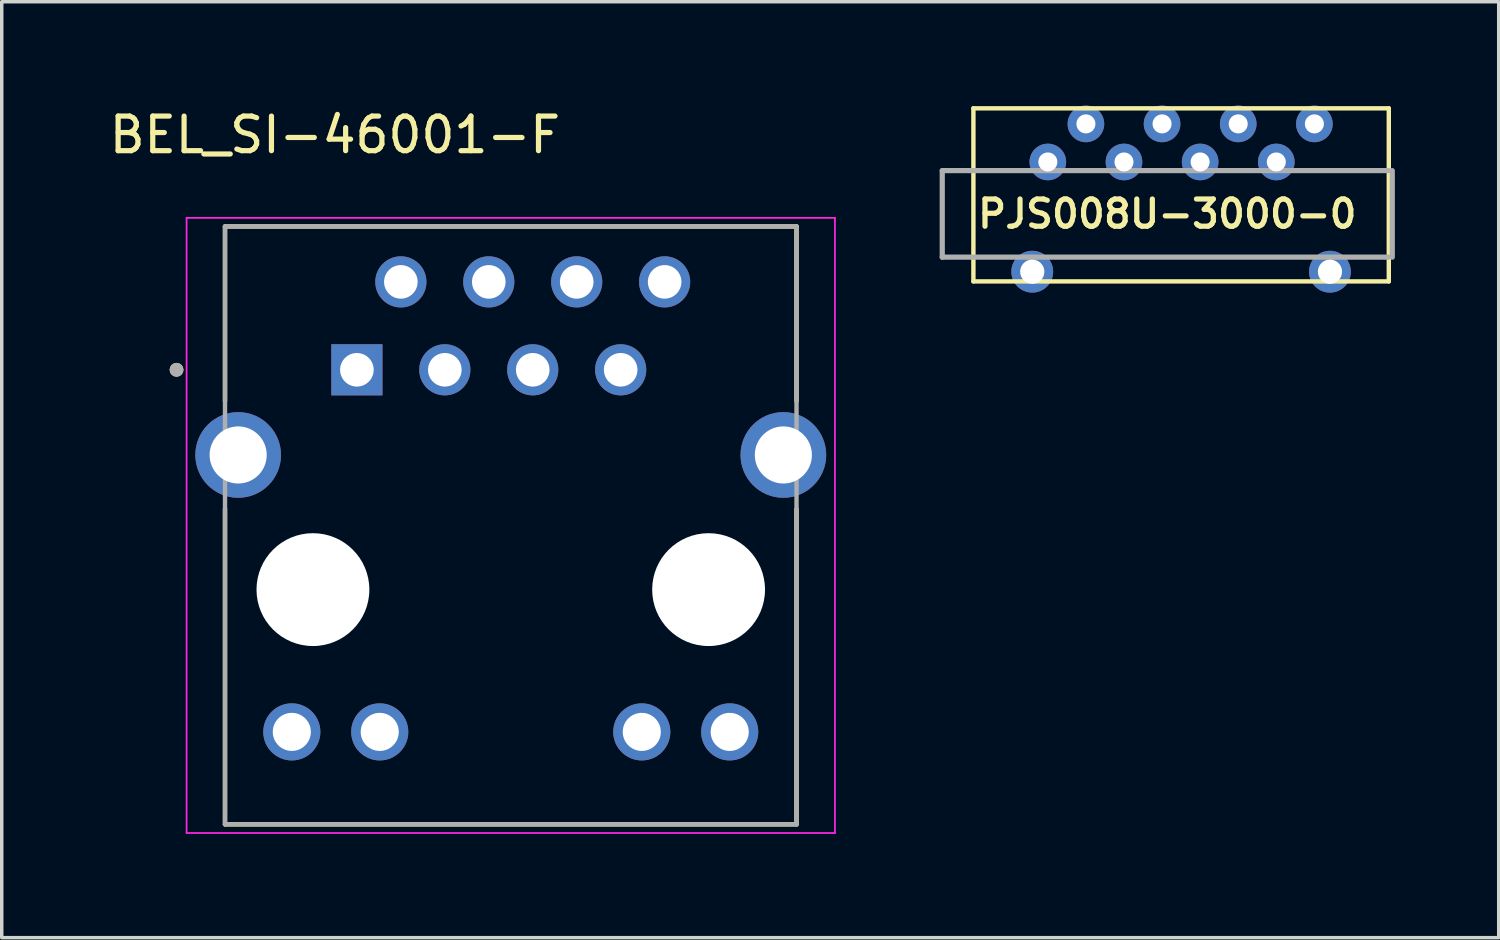
<source format=kicad_pcb>
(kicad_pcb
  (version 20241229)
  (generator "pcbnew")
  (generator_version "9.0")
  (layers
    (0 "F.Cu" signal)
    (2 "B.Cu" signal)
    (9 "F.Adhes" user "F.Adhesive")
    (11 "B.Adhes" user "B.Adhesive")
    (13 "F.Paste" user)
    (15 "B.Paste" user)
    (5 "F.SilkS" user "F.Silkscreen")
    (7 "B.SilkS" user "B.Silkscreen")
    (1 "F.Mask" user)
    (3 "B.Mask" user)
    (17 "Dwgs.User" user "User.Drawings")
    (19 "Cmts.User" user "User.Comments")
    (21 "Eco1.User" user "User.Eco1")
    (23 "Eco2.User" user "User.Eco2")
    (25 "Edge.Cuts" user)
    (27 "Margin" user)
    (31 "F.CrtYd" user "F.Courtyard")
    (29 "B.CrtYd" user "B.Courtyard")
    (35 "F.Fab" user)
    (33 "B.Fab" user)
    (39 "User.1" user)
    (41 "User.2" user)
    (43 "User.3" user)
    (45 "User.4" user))
  (footprint "BEL_SI-46001-F"
    (layer "F.Cu")
    (at 11.705 13.983)
    (property "Reference" "BEL_SI-46001-F" (at -5.08 -13.135 0) (layer "F.SilkS") (effects (font (size 1 1) (thickness 0.15))))
    (attr through_hole)
    (fp_line (start -8.255 -10.49) (end -8.255 -5.45) (stroke (width 0.127) (type solid)) (layer "F.SilkS"))
    (fp_line (start -8.255 -2.33) (end -8.255 6.78) (stroke (width 0.127) (type solid)) (layer "F.SilkS"))
    (fp_line (start -8.255 6.78) (end 8.255 6.78) (stroke (width 0.127) (type solid)) (layer "F.SilkS"))
    (fp_line (start 8.255 -10.49) (end -8.255 -10.49) (stroke (width 0.127) (type solid)) (layer "F.SilkS"))
    (fp_line (start 8.255 -5.45) (end 8.255 -10.49) (stroke (width 0.127) (type solid)) (layer "F.SilkS"))
    (fp_line (start 8.255 6.78) (end 8.255 -2.33) (stroke (width 0.127) (type solid)) (layer "F.SilkS"))
    (fp_circle (center -9.655 -6.35) (end -9.555 -6.35) (stroke (width 0.2) (type solid)) (fill no) (layer "F.SilkS"))
    (fp_line (start -9.365 -10.74) (end -9.365 7.03) (stroke (width 0.05) (type solid)) (layer "F.CrtYd"))
    (fp_line (start -9.365 7.03) (end 9.365 7.03) (stroke (width 0.05) (type solid)) (layer "F.CrtYd"))
    (fp_line (start 9.365 -10.74) (end -9.365 -10.74) (stroke (width 0.05) (type solid)) (layer "F.CrtYd"))
    (fp_line (start 9.365 7.03) (end 9.365 -10.74) (stroke (width 0.05) (type solid)) (layer "F.CrtYd"))
    (fp_line (start -8.255 -10.49) (end -8.255 6.78) (stroke (width 0.127) (type solid)) (layer "F.Fab"))
    (fp_line (start -8.255 6.78) (end 8.255 6.78) (stroke (width 0.127) (type solid)) (layer "F.Fab"))
    (fp_line (start 8.255 -10.49) (end -8.255 -10.49) (stroke (width 0.127) (type solid)) (layer "F.Fab"))
    (fp_line (start 8.255 6.78) (end 8.255 -10.49) (stroke (width 0.127) (type solid)) (layer "F.Fab"))
    (fp_circle (center -9.655 -6.35) (end -9.555 -6.35) (stroke (width 0.2) (type solid)) (fill no) (layer "F.Fab"))
    (pad "" np_thru_hole circle (at -5.715 0) (size 3.26 3.26) (drill 3.26) (layers "*.Cu" "*.Mask"))
    (pad "" np_thru_hole circle (at 5.715 0) (size 3.26 3.26) (drill 3.26) (layers "*.Cu" "*.Mask"))
    (pad "1" thru_hole rect (at -4.445 -6.35) (size 1.478 1.478) (drill 0.97) (layers "*.Cu" "*.Mask"))
    (pad "2" thru_hole circle (at -3.175 -8.89) (size 1.478 1.478) (drill 0.97) (layers "*.Cu" "*.Mask"))
    (pad "3" thru_hole circle (at -1.905 -6.35) (size 1.478 1.478) (drill 0.97) (layers "*.Cu" "*.Mask"))
    (pad "4" thru_hole circle (at -0.635 -8.89) (size 1.478 1.478) (drill 0.97) (layers "*.Cu" "*.Mask"))
    (pad "5" thru_hole circle (at 0.635 -6.35) (size 1.478 1.478) (drill 0.97) (layers "*.Cu" "*.Mask"))
    (pad "6" thru_hole circle (at 1.905 -8.89) (size 1.478 1.478) (drill 0.97) (layers "*.Cu" "*.Mask"))
    (pad "7" thru_hole circle (at 3.175 -6.35) (size 1.478 1.478) (drill 0.97) (layers "*.Cu" "*.Mask"))
    (pad "8" thru_hole circle (at 4.445 -8.89) (size 1.478 1.478) (drill 0.97) (layers "*.Cu" "*.Mask"))
    (pad "9" thru_hole circle (at 6.325 4.11) (size 1.65 1.65) (drill 1.1) (layers "*.Cu" "*.Mask"))
    (pad "10" thru_hole circle (at 3.785 4.11) (size 1.65 1.65) (drill 1.1) (layers "*.Cu" "*.Mask"))
    (pad "11" thru_hole circle (at -3.785 4.11) (size 1.65 1.65) (drill 1.1) (layers "*.Cu" "*.Mask"))
    (pad "12" thru_hole circle (at -6.325 4.11) (size 1.65 1.65) (drill 1.1) (layers "*.Cu" "*.Mask"))
    (pad "S1" thru_hole circle (at -7.875 -3.89) (size 2.475 2.475) (drill 1.65) (layers "*.Cu" "*.Mask"))
    (pad "S2" thru_hole circle (at 7.875 -3.89) (size 2.475 2.475) (drill 1.65) (layers "*.Cu" "*.Mask")))
  (footprint "PJS008U-3000-0"
    (layer "F.Cu")
    (at 30.67 3.129)
    (property "Reference" "PJS008U-3000-0" (at 0 0 0) (layer "F.SilkS") (effects (font (size 0.787 0.787) (thickness 0.15))))
    (attr through_hole)
    (fp_line (start -5.6 -3.05) (end -5.6 1.95) (stroke (width 0.127) (type solid)) (layer "F.SilkS"))
    (fp_line (start -5.6 1.95) (end 6.4 1.95) (stroke (width 0.127) (type solid)) (layer "F.SilkS"))
    (fp_line (start 6.4 -3.05) (end -5.6 -3.05) (stroke (width 0.127) (type solid)) (layer "F.SilkS"))
    (fp_line (start 6.4 1.95) (end 6.4 -3.05) (stroke (width 0.127) (type solid)) (layer "F.SilkS"))
    (fp_line (start -6.5 -1.25) (end 6.4 -1.25) (stroke (width 0.15) (type solid)) (layer "F.Fab"))
    (fp_line (start -6.5 1.25) (end -6.5 -1.25) (stroke (width 0.15) (type solid)) (layer "F.Fab"))
    (fp_line (start 6.4 1.25) (end -6.5 1.25) (stroke (width 0.15) (type solid)) (layer "F.Fab"))
    (fp_line (start 6.5 -1.25) (end 6.5 1.25) (stroke (width 0.15) (type solid)) (layer "F.Fab"))
    (pad "P$1" thru_hole circle (at -3.45 -1.5) (size 1.058 1.058) (drill 0.55) (layers "*.Cu" "*.Mask"))
    (pad "P$2" thru_hole circle (at -2.35 -2.6) (size 1.058 1.058) (drill 0.55) (layers "*.Cu" "*.Mask"))
    (pad "P$3" thru_hole circle (at -1.25 -1.5) (size 1.058 1.058) (drill 0.55) (layers "*.Cu" "*.Mask"))
    (pad "P$4" thru_hole circle (at -0.15 -2.6) (size 1.058 1.058) (drill 0.55) (layers "*.Cu" "*.Mask"))
    (pad "P$5" thru_hole circle (at 0.95 -1.5) (size 1.058 1.058) (drill 0.55) (layers "*.Cu" "*.Mask"))
    (pad "P$6" thru_hole circle (at 2.05 -2.6) (size 1.058 1.058) (drill 0.55) (layers "*.Cu" "*.Mask"))
    (pad "P$7" thru_hole circle (at 3.15 -1.5) (size 1.058 1.058) (drill 0.55) (layers "*.Cu" "*.Mask"))
    (pad "P$8" thru_hole circle (at 4.25 -2.6) (size 1.058 1.058) (drill 0.55) (layers "*.Cu" "*.Mask"))
    (pad "P$9" thru_hole circle (at -3.9 1.67) (size 1.208 1.208) (drill 0.7) (layers "*.Cu" "*.Mask"))
    (pad "P$10" thru_hole circle (at 4.7 1.67) (size 1.208 1.208) (drill 0.7) (layers "*.Cu" "*.Mask")))
  (gr_rect
    (start -3 -3)
    (end 40.245 24.038)
    (stroke (width 0.1) (type default))
    (fill no)
    (layer "Edge.Cuts")))
</source>
